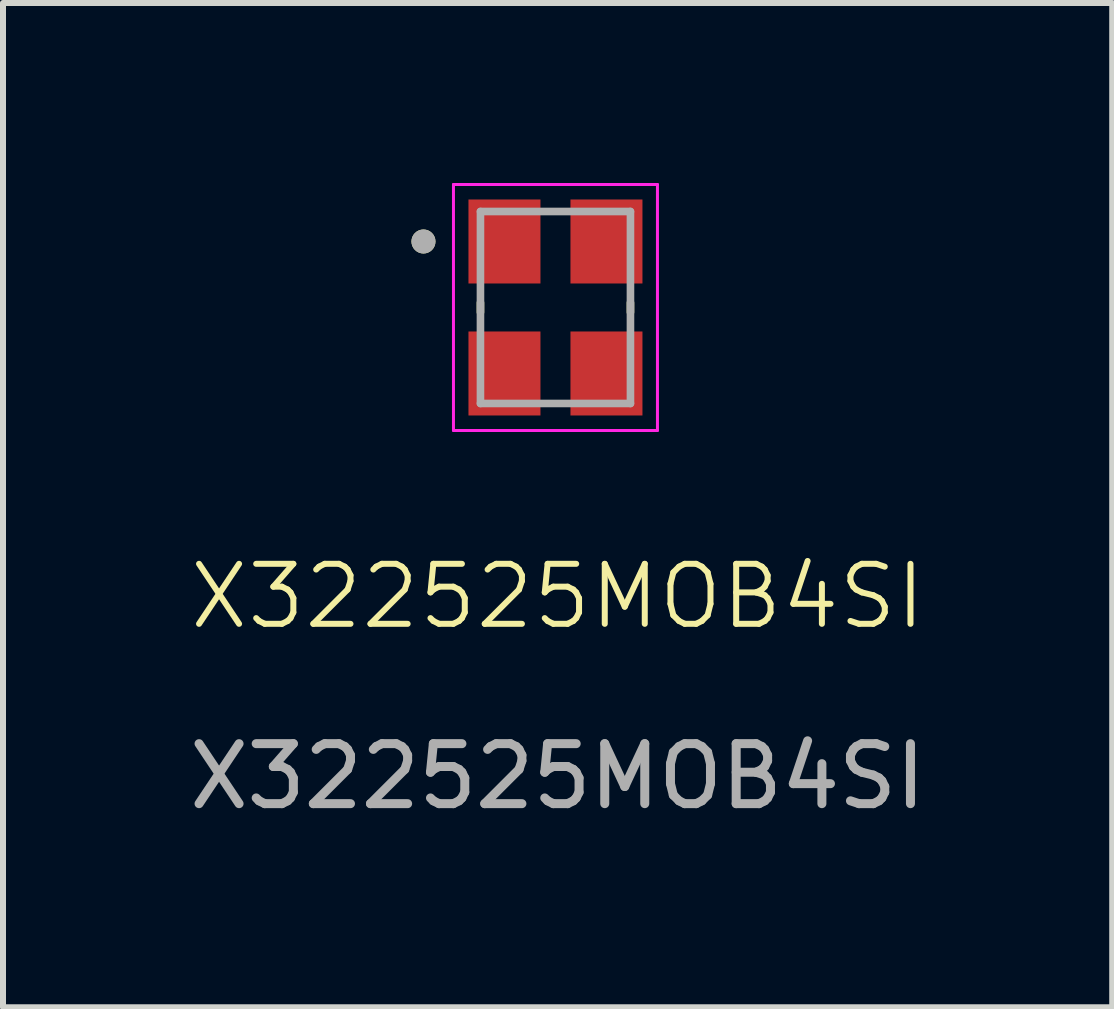
<source format=kicad_pcb>
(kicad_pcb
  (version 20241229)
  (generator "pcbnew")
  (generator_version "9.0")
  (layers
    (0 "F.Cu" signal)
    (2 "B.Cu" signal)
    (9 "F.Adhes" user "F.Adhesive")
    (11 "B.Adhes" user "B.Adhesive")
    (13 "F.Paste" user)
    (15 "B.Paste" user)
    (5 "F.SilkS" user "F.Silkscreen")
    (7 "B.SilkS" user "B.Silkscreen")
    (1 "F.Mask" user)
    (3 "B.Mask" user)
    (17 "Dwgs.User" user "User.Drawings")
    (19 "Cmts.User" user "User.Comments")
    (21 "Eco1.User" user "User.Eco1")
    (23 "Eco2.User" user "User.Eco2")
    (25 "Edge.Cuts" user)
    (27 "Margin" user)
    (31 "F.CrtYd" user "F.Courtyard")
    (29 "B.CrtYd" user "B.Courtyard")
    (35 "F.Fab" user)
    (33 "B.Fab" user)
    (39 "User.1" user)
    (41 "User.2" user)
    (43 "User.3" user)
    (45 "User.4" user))
  (footprint "X322525MOB4SI"
    (layer "F.Cu")
    (at 6.244 7.39)
    (property "Reference" "X322525MOB4SI" (at 0 -0.5 0) (unlocked yes) (layer "F.SilkS") (effects (font (size 1 1) (thickness 0.1))))
    (attr smd)
    (fp_line (start -1.286 -5.395) (end -1.286 -5.235) (stroke (width 0.127) (type solid)) (layer "F.SilkS"))
    (fp_line (start 1.214 -5.395) (end 1.214 -5.235) (stroke (width 0.127) (type solid)) (layer "F.SilkS"))
    (fp_circle (center -2.236 -6.415) (end -2.136 -6.415) (stroke (width 0.2) (type solid)) (fill no) (layer "F.SilkS"))
    (fp_line (start -1.736 -7.365) (end -1.736 -3.265) (stroke (width 0.05) (type solid)) (layer "F.CrtYd"))
    (fp_line (start -1.736 -7.365) (end 1.664 -7.365) (stroke (width 0.05) (type solid)) (layer "F.CrtYd"))
    (fp_line (start 1.664 -7.365) (end 1.664 -3.265) (stroke (width 0.05) (type solid)) (layer "F.CrtYd"))
    (fp_line (start 1.664 -3.265) (end -1.736 -3.265) (stroke (width 0.05) (type solid)) (layer "F.CrtYd"))
    (fp_line (start -1.286 -6.915) (end -1.286 -3.715) (stroke (width 0.127) (type solid)) (layer "F.Fab"))
    (fp_line (start -1.286 -6.915) (end 1.214 -6.915) (stroke (width 0.127) (type solid)) (layer "F.Fab"))
    (fp_line (start 1.214 -6.915) (end 1.214 -3.715) (stroke (width 0.127) (type solid)) (layer "F.Fab"))
    (fp_line (start 1.214 -3.715) (end -1.286 -3.715) (stroke (width 0.127) (type solid)) (layer "F.Fab"))
    (fp_circle (center -2.236 -6.415) (end -2.136 -6.415) (stroke (width 0.2) (type solid)) (fill no) (layer "F.Fab"))
    (fp_text user "${REFERENCE}" (at 0 2.5 0) (unlocked yes) (layer "F.Fab") (effects (font (size 1 1) (thickness 0.15))))
    (pad "1" smd rect (at -0.886 -6.415) (size 1.2 1.4) (layers "F.Cu" "F.Mask" "F.Paste"))
    (pad "2" smd rect (at -0.886 -4.215) (size 1.2 1.4) (layers "F.Cu" "F.Mask" "F.Paste"))
    (pad "3" smd rect (at 0.814 -4.215) (size 1.2 1.4) (layers "F.Cu" "F.Mask" "F.Paste"))
    (pad "4" smd rect (at 0.814 -6.415) (size 1.2 1.4) (layers "F.Cu" "F.Mask" "F.Paste")))
  (gr_rect
    (start -3 -3)
    (end 15.488 13.738)
    (stroke (width 0.1) (type default))
    (fill no)
    (layer "Edge.Cuts")))
</source>
